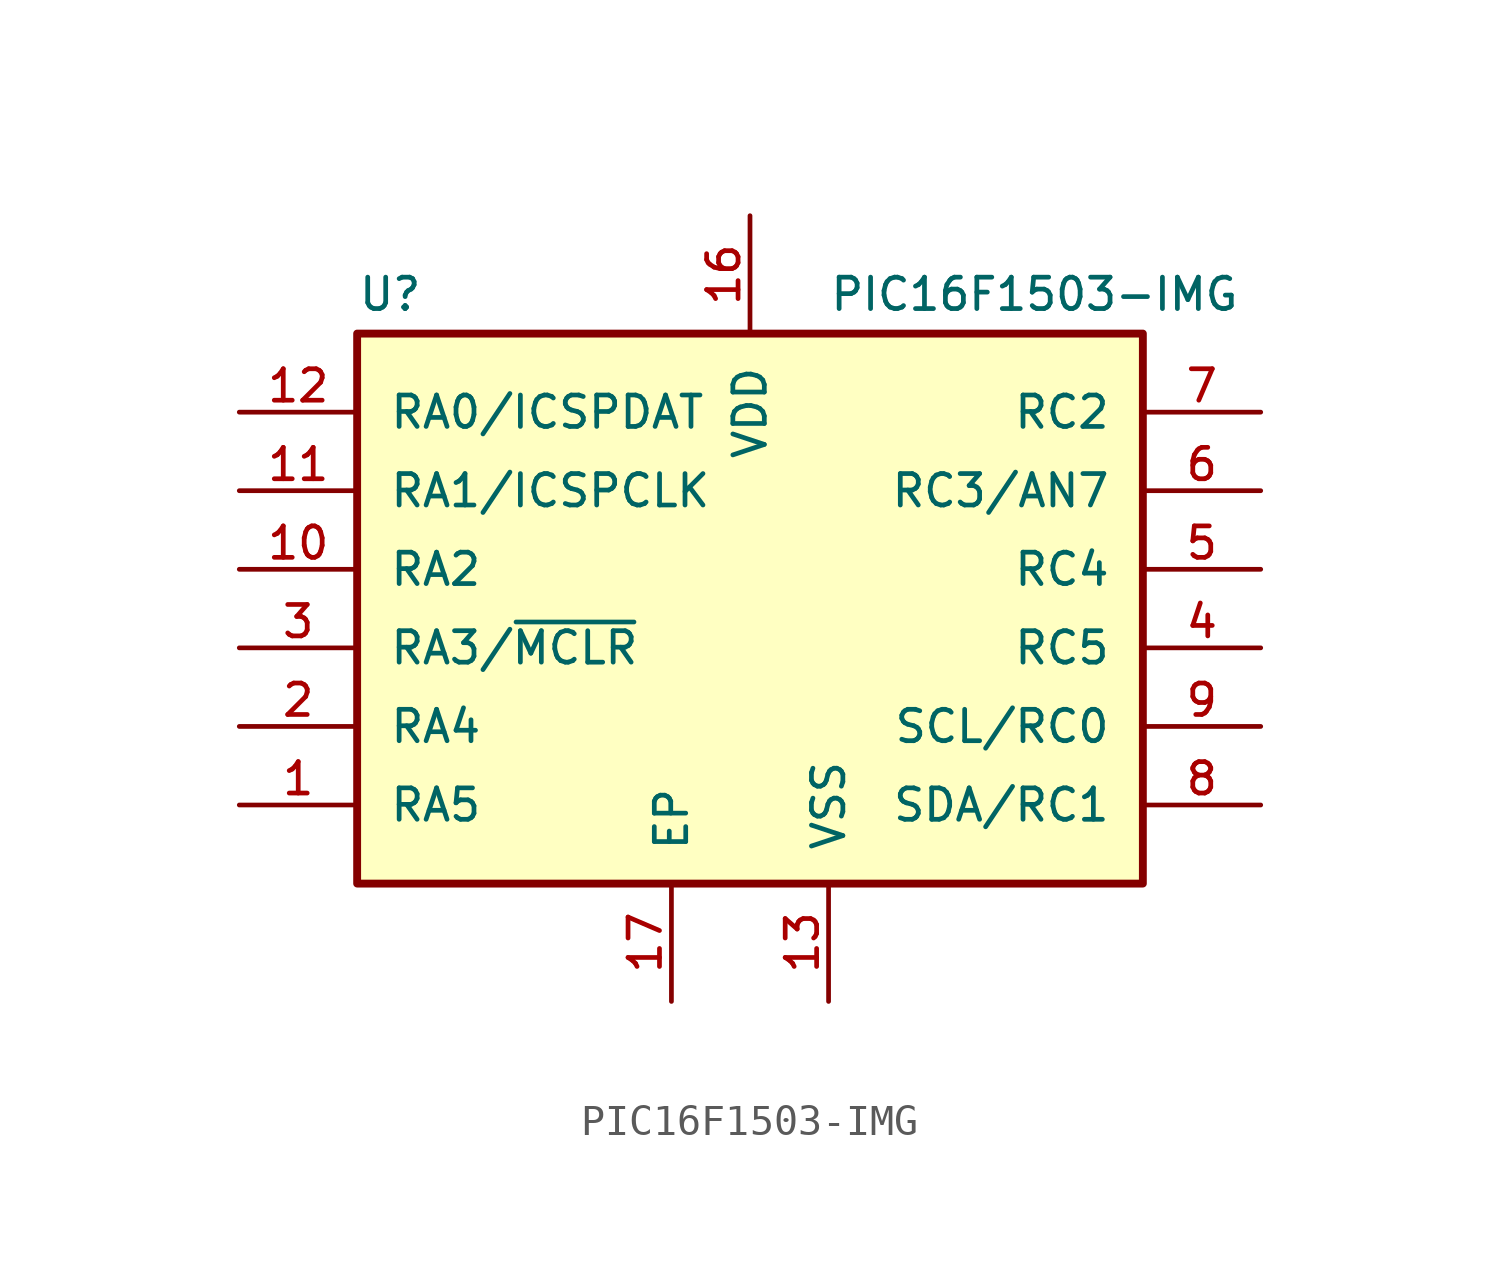
<source format=kicad_sym>
(kicad_symbol_lib
  (version 20211014)
  (generator kicad_symbol_editor)
  (symbol "PIC16F1503-IMG"
    (pin_names
      (offset 1.016))
    (property "Reference" "U"
      (at -12.7 10.16 0)
      (effects (font (size 1.016 1.016)) (justify left)))
    (property "Value" "PIC16F1503-IMG"
      (at 2.54 10.16 0)
      (effects (font (size 1.016 1.016)) (justify left)))
    (symbol "PIC16F1503-IMG_0_1"
      (rectangle (start -12.7 8.89) (end 12.7 -8.89) (stroke (width 0.254) (type default) (color 0 0 0 0)) (fill (type background))))
    (symbol "PIC16F1503-IMG_1_1"
      (pin bidirectional line (at -16.51 -6.35 0) (length 3.81) (name "RA5" (effects (font (size 1.016 1.016)))) (number "1" (effects (font (size 1.016 1.016)))))
      (pin bidirectional line (at -16.51 1.27 0) (length 3.81) (name "RA2" (effects (font (size 1.016 1.016)))) (number "10" (effects (font (size 1.016 1.016)))))
      (pin bidirectional line (at -16.51 3.81 0) (length 3.81) (name "RA1/ICSPCLK" (effects (font (size 1.016 1.016)))) (number "11" (effects (font (size 1.016 1.016)))))
      (pin bidirectional line (at -16.51 6.35 0) (length 3.81) (name "RA0/ICSPDAT" (effects (font (size 1.016 1.016)))) (number "12" (effects (font (size 1.016 1.016)))))
      (pin power_in line (at 2.54 -12.7 90) (length 3.81) (name "VSS" (effects (font (size 1.016 1.016)))) (number "13" (effects (font (size 1.016 1.016)))))
      (pin power_in line (at 0 12.7 270) (length 3.81) (name "VDD" (effects (font (size 1.016 1.016)))) (number "16" (effects (font (size 1.016 1.016)))))
      (pin power_in line (at -2.54 -12.7 90) (length 3.81) (name "EP" (effects (font (size 1.016 1.016)))) (number "17" (effects (font (size 1.016 1.016)))))
      (pin bidirectional line (at -16.51 -3.81 0) (length 3.81) (name "RA4" (effects (font (size 1.016 1.016)))) (number "2" (effects (font (size 1.016 1.016)))))
      (pin input line (at -16.51 -1.27 0) (length 3.81) (name "RA3/~{MCLR}" (effects (font (size 1.016 1.016)))) (number "3" (effects (font (size 1.016 1.016)))))
      (pin output line (at 16.51 -1.27 180) (length 3.81) (name "RC5" (effects (font (size 1.016 1.016)))) (number "4" (effects (font (size 1.016 1.016)))))
      (pin output line (at 16.51 1.27 180) (length 3.81) (name "RC4" (effects (font (size 1.016 1.016)))) (number "5" (effects (font (size 1.016 1.016)))))
      (pin input line (at 16.51 3.81 180) (length 3.81) (name "RC3/AN7" (effects (font (size 1.016 1.016)))) (number "6" (effects (font (size 1.016 1.016)))))
      (pin output line (at 16.51 6.35 180) (length 3.81) (name "RC2" (effects (font (size 1.016 1.016)))) (number "7" (effects (font (size 1.016 1.016)))))
      (pin bidirectional line (at 16.51 -6.35 180) (length 3.81) (name "SDA/RC1" (effects (font (size 1.016 1.016)))) (number "8" (effects (font (size 1.016 1.016)))))
      (pin input line (at 16.51 -3.81 180) (length 3.81) (name "SCL/RC0" (effects (font (size 1.016 1.016)))) (number "9" (effects (font (size 1.016 1.016))))))))
</source>
